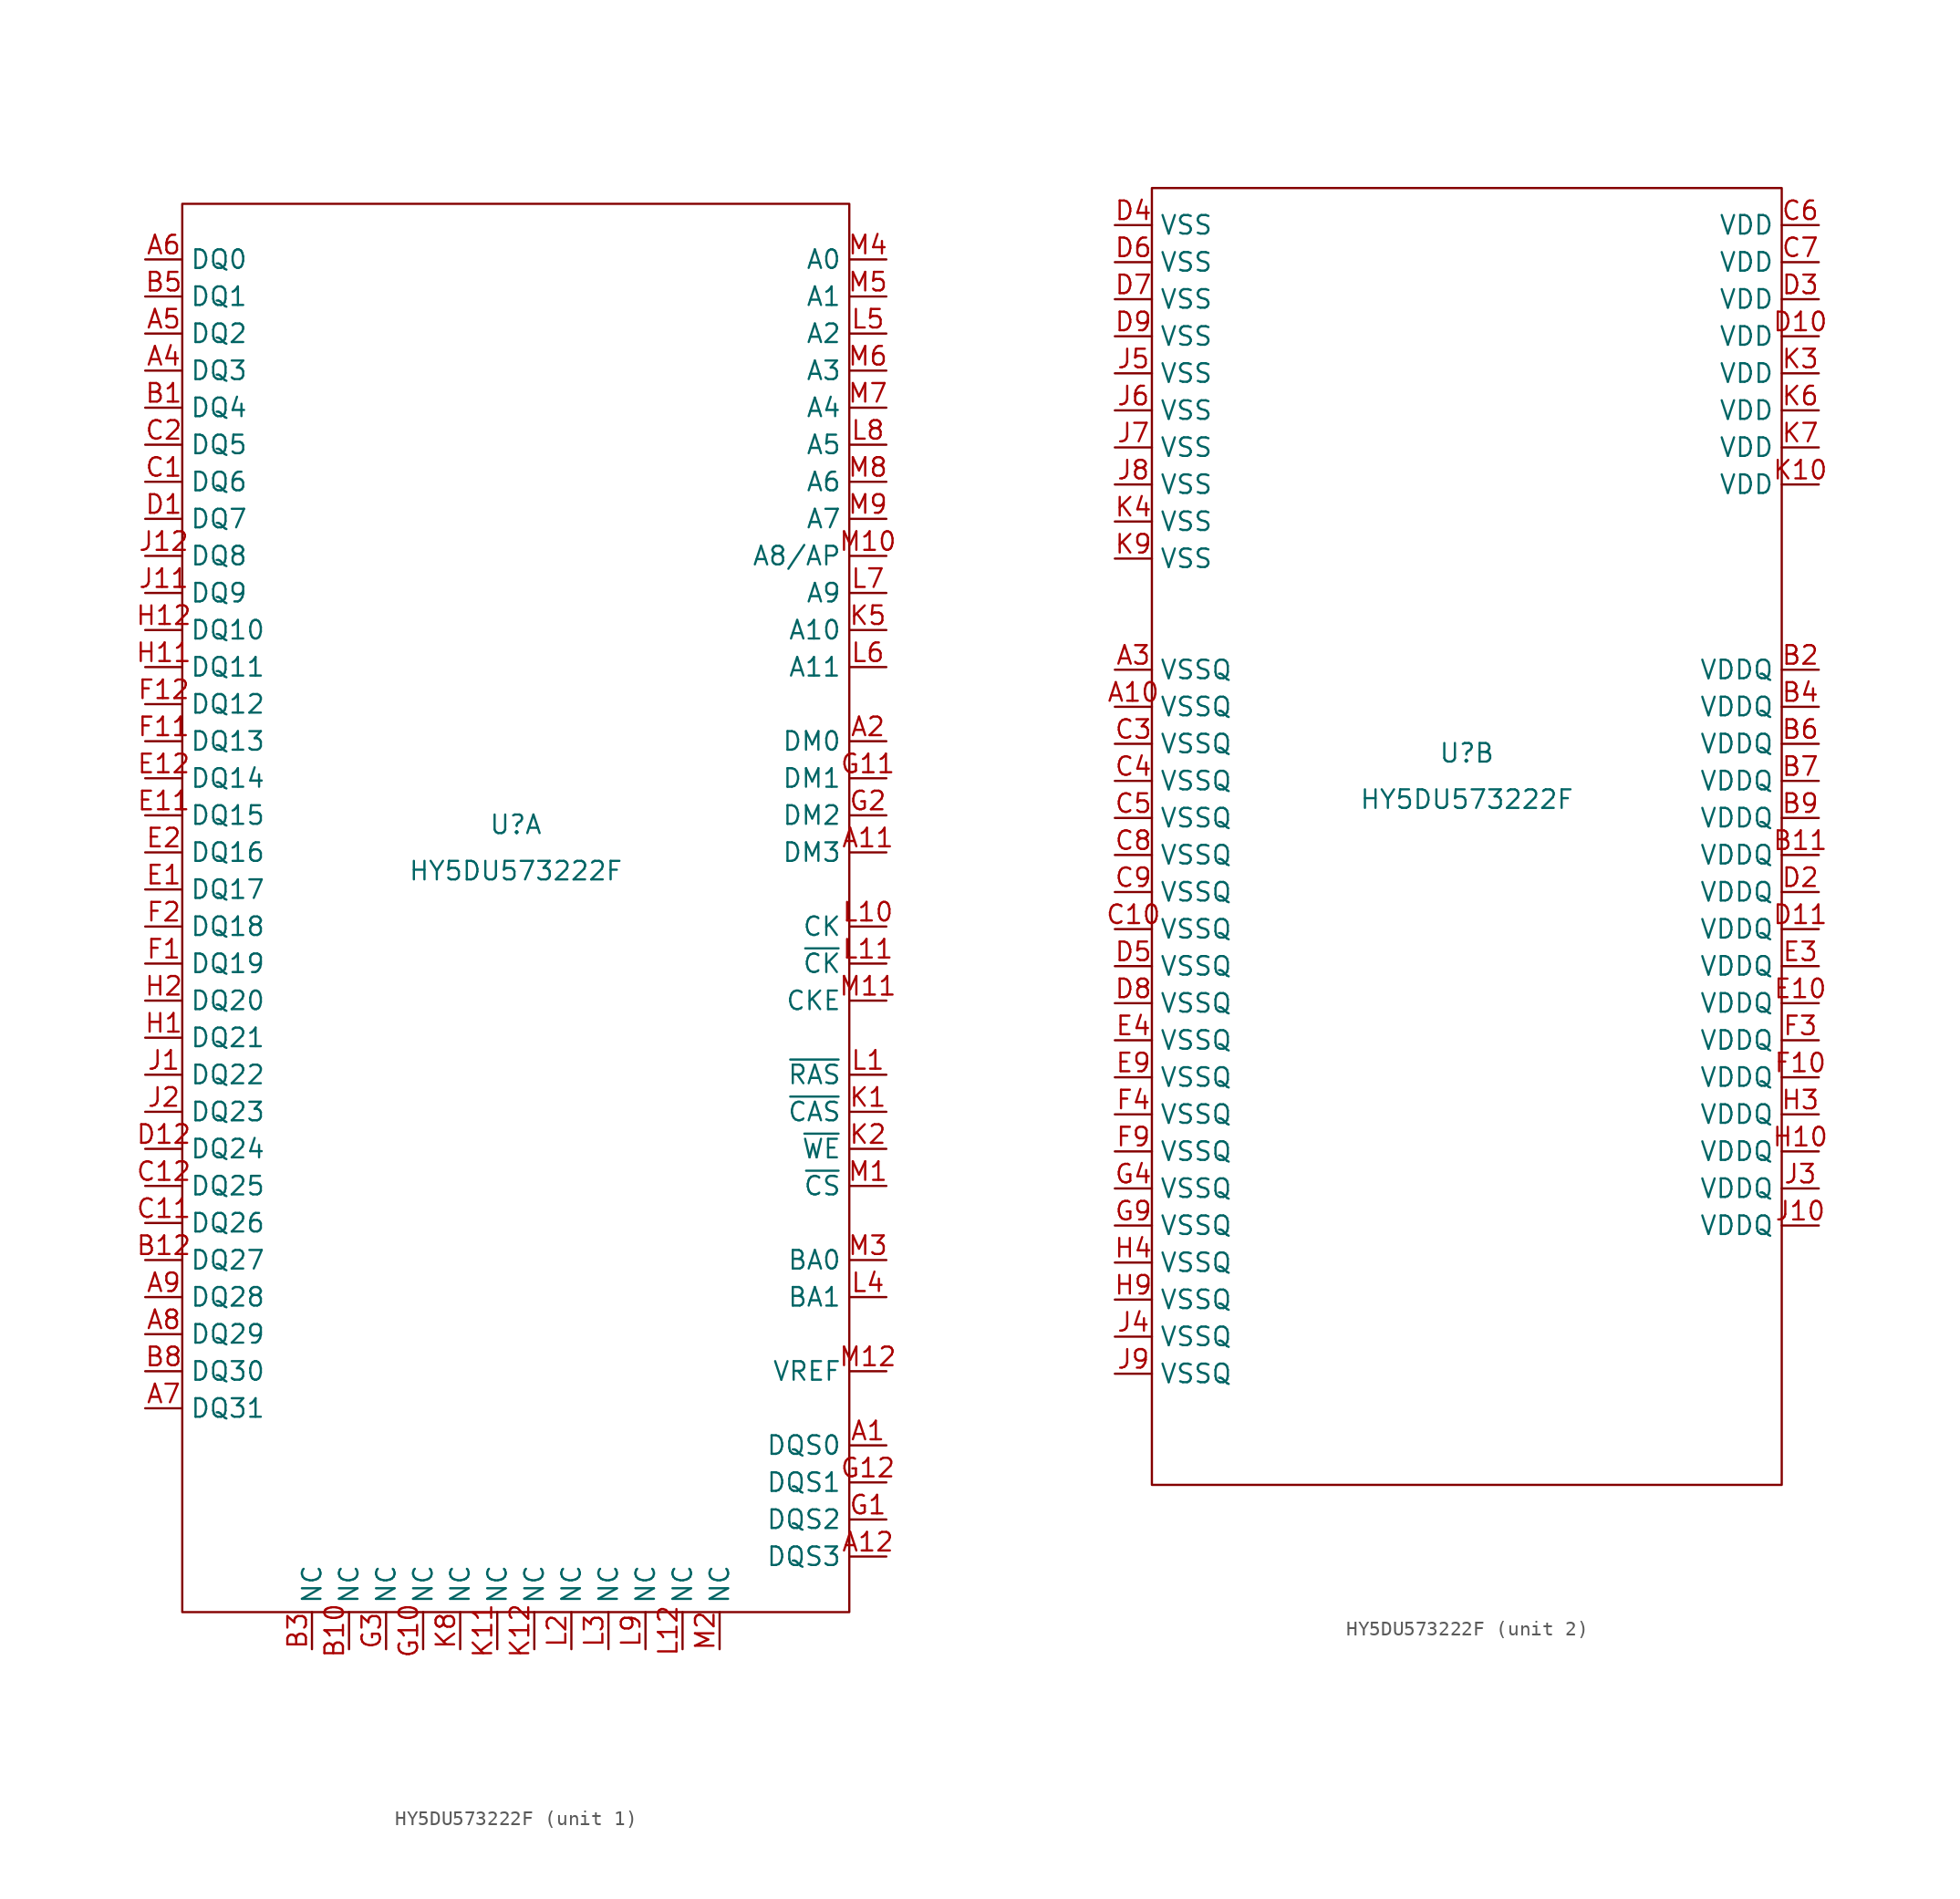
<source format=kicad_sym>
(kicad_symbol_lib
  (version 20211014)
  (generator kicad_symbol_editor)
  (symbol "HY5DU573222F"
    (property "Reference" "U"
      (at 0 3.175 0)
      (effects (font (size 1.27 1.27))))
    (property "Value" "HY5DU573222F"
      (at 0 0 0)
      (effects (font (size 1.27 1.27))))
    (property "ki_locked" ""
      (at 0 0 0)
      (effects (font (size 1.27 1.27))))
    (symbol "HY5DU573222F_1_1"
      (rectangle (start -22.86 45.72) (end 22.86 -50.8) (stroke (width 0) (type default) (color 0 0 0 0)) (fill (type none)))
      (pin bidirectional line (at 25.4 -39.37 180) (length 2.54) (name "DQS0" (effects (font (size 1.27 1.27)))) (number "A1" (effects (font (size 1.27 1.27)))))
      (pin input line (at 25.4 1.27 180) (length 2.54) (name "DM3" (effects (font (size 1.27 1.27)))) (number "A11" (effects (font (size 1.27 1.27)))))
      (pin bidirectional line (at 25.4 -46.99 180) (length 2.54) (name "DQS3" (effects (font (size 1.27 1.27)))) (number "A12" (effects (font (size 1.27 1.27)))))
      (pin input line (at 25.4 8.89 180) (length 2.54) (name "DM0" (effects (font (size 1.27 1.27)))) (number "A2" (effects (font (size 1.27 1.27)))))
      (pin bidirectional line (at -25.4 34.29 0) (length 2.54) (name "DQ3" (effects (font (size 1.27 1.27)))) (number "A4" (effects (font (size 1.27 1.27)))))
      (pin bidirectional line (at -25.4 36.83 0) (length 2.54) (name "DQ2" (effects (font (size 1.27 1.27)))) (number "A5" (effects (font (size 1.27 1.27)))))
      (pin bidirectional line (at -25.4 41.91 0) (length 2.54) (name "DQ0" (effects (font (size 1.27 1.27)))) (number "A6" (effects (font (size 1.27 1.27)))))
      (pin bidirectional line (at -25.4 -36.83 0) (length 2.54) (name "DQ31" (effects (font (size 1.27 1.27)))) (number "A7" (effects (font (size 1.27 1.27)))))
      (pin bidirectional line (at -25.4 -31.75 0) (length 2.54) (name "DQ29" (effects (font (size 1.27 1.27)))) (number "A8" (effects (font (size 1.27 1.27)))))
      (pin bidirectional line (at -25.4 -29.21 0) (length 2.54) (name "DQ28" (effects (font (size 1.27 1.27)))) (number "A9" (effects (font (size 1.27 1.27)))))
      (pin bidirectional line (at -25.4 31.75 0) (length 2.54) (name "DQ4" (effects (font (size 1.27 1.27)))) (number "B1" (effects (font (size 1.27 1.27)))))
      (pin input line (at -11.43 -53.34 90) (length 2.54) (name "NC" (effects (font (size 1.27 1.27)))) (number "B10" (effects (font (size 1.27 1.27)))))
      (pin bidirectional line (at -25.4 -26.67 0) (length 2.54) (name "DQ27" (effects (font (size 1.27 1.27)))) (number "B12" (effects (font (size 1.27 1.27)))))
      (pin input line (at -13.97 -53.34 90) (length 2.54) (name "NC" (effects (font (size 1.27 1.27)))) (number "B3" (effects (font (size 1.27 1.27)))))
      (pin bidirectional line (at -25.4 39.37 0) (length 2.54) (name "DQ1" (effects (font (size 1.27 1.27)))) (number "B5" (effects (font (size 1.27 1.27)))))
      (pin bidirectional line (at -25.4 -34.29 0) (length 2.54) (name "DQ30" (effects (font (size 1.27 1.27)))) (number "B8" (effects (font (size 1.27 1.27)))))
      (pin bidirectional line (at -25.4 26.67 0) (length 2.54) (name "DQ6" (effects (font (size 1.27 1.27)))) (number "C1" (effects (font (size 1.27 1.27)))))
      (pin bidirectional line (at -25.4 -24.13 0) (length 2.54) (name "DQ26" (effects (font (size 1.27 1.27)))) (number "C11" (effects (font (size 1.27 1.27)))))
      (pin bidirectional line (at -25.4 -21.59 0) (length 2.54) (name "DQ25" (effects (font (size 1.27 1.27)))) (number "C12" (effects (font (size 1.27 1.27)))))
      (pin bidirectional line (at -25.4 29.21 0) (length 2.54) (name "DQ5" (effects (font (size 1.27 1.27)))) (number "C2" (effects (font (size 1.27 1.27)))))
      (pin bidirectional line (at -25.4 24.13 0) (length 2.54) (name "DQ7" (effects (font (size 1.27 1.27)))) (number "D1" (effects (font (size 1.27 1.27)))))
      (pin bidirectional line (at -25.4 -19.05 0) (length 2.54) (name "DQ24" (effects (font (size 1.27 1.27)))) (number "D12" (effects (font (size 1.27 1.27)))))
      (pin bidirectional line (at -25.4 -1.27 0) (length 2.54) (name "DQ17" (effects (font (size 1.27 1.27)))) (number "E1" (effects (font (size 1.27 1.27)))))
      (pin bidirectional line (at -25.4 3.81 0) (length 2.54) (name "DQ15" (effects (font (size 1.27 1.27)))) (number "E11" (effects (font (size 1.27 1.27)))))
      (pin bidirectional line (at -25.4 6.35 0) (length 2.54) (name "DQ14" (effects (font (size 1.27 1.27)))) (number "E12" (effects (font (size 1.27 1.27)))))
      (pin bidirectional line (at -25.4 1.27 0) (length 2.54) (name "DQ16" (effects (font (size 1.27 1.27)))) (number "E2" (effects (font (size 1.27 1.27)))))
      (pin bidirectional line (at -25.4 -6.35 0) (length 2.54) (name "DQ19" (effects (font (size 1.27 1.27)))) (number "F1" (effects (font (size 1.27 1.27)))))
      (pin bidirectional line (at -25.4 8.89 0) (length 2.54) (name "DQ13" (effects (font (size 1.27 1.27)))) (number "F11" (effects (font (size 1.27 1.27)))))
      (pin bidirectional line (at -25.4 11.43 0) (length 2.54) (name "DQ12" (effects (font (size 1.27 1.27)))) (number "F12" (effects (font (size 1.27 1.27)))))
      (pin bidirectional line (at -25.4 -3.81 0) (length 2.54) (name "DQ18" (effects (font (size 1.27 1.27)))) (number "F2" (effects (font (size 1.27 1.27)))))
      (pin bidirectional line (at 25.4 -44.45 180) (length 2.54) (name "DQS2" (effects (font (size 1.27 1.27)))) (number "G1" (effects (font (size 1.27 1.27)))))
      (pin input line (at -6.35 -53.34 90) (length 2.54) (name "NC" (effects (font (size 1.27 1.27)))) (number "G10" (effects (font (size 1.27 1.27)))))
      (pin input line (at 25.4 6.35 180) (length 2.54) (name "DM1" (effects (font (size 1.27 1.27)))) (number "G11" (effects (font (size 1.27 1.27)))))
      (pin bidirectional line (at 25.4 -41.91 180) (length 2.54) (name "DQS1" (effects (font (size 1.27 1.27)))) (number "G12" (effects (font (size 1.27 1.27)))))
      (pin input line (at 25.4 3.81 180) (length 2.54) (name "DM2" (effects (font (size 1.27 1.27)))) (number "G2" (effects (font (size 1.27 1.27)))))
      (pin input line (at -8.89 -53.34 90) (length 2.54) (name "NC" (effects (font (size 1.27 1.27)))) (number "G3" (effects (font (size 1.27 1.27)))))
      (pin bidirectional line (at -25.4 -11.43 0) (length 2.54) (name "DQ21" (effects (font (size 1.27 1.27)))) (number "H1" (effects (font (size 1.27 1.27)))))
      (pin bidirectional line (at -25.4 13.97 0) (length 2.54) (name "DQ11" (effects (font (size 1.27 1.27)))) (number "H11" (effects (font (size 1.27 1.27)))))
      (pin bidirectional line (at -25.4 16.51 0) (length 2.54) (name "DQ10" (effects (font (size 1.27 1.27)))) (number "H12" (effects (font (size 1.27 1.27)))))
      (pin bidirectional line (at -25.4 -8.89 0) (length 2.54) (name "DQ20" (effects (font (size 1.27 1.27)))) (number "H2" (effects (font (size 1.27 1.27)))))
      (pin bidirectional line (at -25.4 -13.97 0) (length 2.54) (name "DQ22" (effects (font (size 1.27 1.27)))) (number "J1" (effects (font (size 1.27 1.27)))))
      (pin bidirectional line (at -25.4 19.05 0) (length 2.54) (name "DQ9" (effects (font (size 1.27 1.27)))) (number "J11" (effects (font (size 1.27 1.27)))))
      (pin bidirectional line (at -25.4 21.59 0) (length 2.54) (name "DQ8" (effects (font (size 1.27 1.27)))) (number "J12" (effects (font (size 1.27 1.27)))))
      (pin bidirectional line (at -25.4 -16.51 0) (length 2.54) (name "DQ23" (effects (font (size 1.27 1.27)))) (number "J2" (effects (font (size 1.27 1.27)))))
      (pin input line (at 25.4 -16.51 180) (length 2.54) (name "~{CAS}" (effects (font (size 1.27 1.27)))) (number "K1" (effects (font (size 1.27 1.27)))))
      (pin input line (at -1.27 -53.34 90) (length 2.54) (name "NC" (effects (font (size 1.27 1.27)))) (number "K11" (effects (font (size 1.27 1.27)))))
      (pin input line (at 1.27 -53.34 90) (length 2.54) (name "NC" (effects (font (size 1.27 1.27)))) (number "K12" (effects (font (size 1.27 1.27)))))
      (pin input line (at 25.4 -19.05 180) (length 2.54) (name "~{WE}" (effects (font (size 1.27 1.27)))) (number "K2" (effects (font (size 1.27 1.27)))))
      (pin input line (at 25.4 16.51 180) (length 2.54) (name "A10" (effects (font (size 1.27 1.27)))) (number "K5" (effects (font (size 1.27 1.27)))))
      (pin input line (at -3.81 -53.34 90) (length 2.54) (name "NC" (effects (font (size 1.27 1.27)))) (number "K8" (effects (font (size 1.27 1.27)))))
      (pin input line (at 25.4 -13.97 180) (length 2.54) (name "~{RAS}" (effects (font (size 1.27 1.27)))) (number "L1" (effects (font (size 1.27 1.27)))))
      (pin input line (at 25.4 -3.81 180) (length 2.54) (name "CK" (effects (font (size 1.27 1.27)))) (number "L10" (effects (font (size 1.27 1.27)))))
      (pin input line (at 25.4 -6.35 180) (length 2.54) (name "~{CK}" (effects (font (size 1.27 1.27)))) (number "L11" (effects (font (size 1.27 1.27)))))
      (pin input line (at 11.43 -53.34 90) (length 2.54) (name "NC" (effects (font (size 1.27 1.27)))) (number "L12" (effects (font (size 1.27 1.27)))))
      (pin input line (at 3.81 -53.34 90) (length 2.54) (name "NC" (effects (font (size 1.27 1.27)))) (number "L2" (effects (font (size 1.27 1.27)))))
      (pin input line (at 6.35 -53.34 90) (length 2.54) (name "NC" (effects (font (size 1.27 1.27)))) (number "L3" (effects (font (size 1.27 1.27)))))
      (pin input line (at 25.4 -29.21 180) (length 2.54) (name "BA1" (effects (font (size 1.27 1.27)))) (number "L4" (effects (font (size 1.27 1.27)))))
      (pin input line (at 25.4 36.83 180) (length 2.54) (name "A2" (effects (font (size 1.27 1.27)))) (number "L5" (effects (font (size 1.27 1.27)))))
      (pin input line (at 25.4 13.97 180) (length 2.54) (name "A11" (effects (font (size 1.27 1.27)))) (number "L6" (effects (font (size 1.27 1.27)))))
      (pin input line (at 25.4 19.05 180) (length 2.54) (name "A9" (effects (font (size 1.27 1.27)))) (number "L7" (effects (font (size 1.27 1.27)))))
      (pin input line (at 25.4 29.21 180) (length 2.54) (name "A5" (effects (font (size 1.27 1.27)))) (number "L8" (effects (font (size 1.27 1.27)))))
      (pin input line (at 8.89 -53.34 90) (length 2.54) (name "NC" (effects (font (size 1.27 1.27)))) (number "L9" (effects (font (size 1.27 1.27)))))
      (pin input line (at 25.4 -21.59 180) (length 2.54) (name "~{CS}" (effects (font (size 1.27 1.27)))) (number "M1" (effects (font (size 1.27 1.27)))))
      (pin input line (at 25.4 21.59 180) (length 2.54) (name "A8/AP" (effects (font (size 1.27 1.27)))) (number "M10" (effects (font (size 1.27 1.27)))))
      (pin input line (at 25.4 -8.89 180) (length 2.54) (name "CKE" (effects (font (size 1.27 1.27)))) (number "M11" (effects (font (size 1.27 1.27)))))
      (pin input line (at 25.4 -34.29 180) (length 2.54) (name "VREF" (effects (font (size 1.27 1.27)))) (number "M12" (effects (font (size 1.27 1.27)))))
      (pin input line (at 13.97 -53.34 90) (length 2.54) (name "NC" (effects (font (size 1.27 1.27)))) (number "M2" (effects (font (size 1.27 1.27)))))
      (pin input line (at 25.4 -26.67 180) (length 2.54) (name "BA0" (effects (font (size 1.27 1.27)))) (number "M3" (effects (font (size 1.27 1.27)))))
      (pin input line (at 25.4 41.91 180) (length 2.54) (name "A0" (effects (font (size 1.27 1.27)))) (number "M4" (effects (font (size 1.27 1.27)))))
      (pin input line (at 25.4 39.37 180) (length 2.54) (name "A1" (effects (font (size 1.27 1.27)))) (number "M5" (effects (font (size 1.27 1.27)))))
      (pin input line (at 25.4 34.29 180) (length 2.54) (name "A3" (effects (font (size 1.27 1.27)))) (number "M6" (effects (font (size 1.27 1.27)))))
      (pin input line (at 25.4 31.75 180) (length 2.54) (name "A4" (effects (font (size 1.27 1.27)))) (number "M7" (effects (font (size 1.27 1.27)))))
      (pin input line (at 25.4 26.67 180) (length 2.54) (name "A6" (effects (font (size 1.27 1.27)))) (number "M8" (effects (font (size 1.27 1.27)))))
      (pin input line (at 25.4 24.13 180) (length 2.54) (name "A7" (effects (font (size 1.27 1.27)))) (number "M9" (effects (font (size 1.27 1.27))))))
    (symbol "HY5DU573222F_2_1"
      (rectangle (start -21.59 41.91) (end 21.59 -46.99) (stroke (width 0) (type default) (color 0 0 0 0)) (fill (type none)))
      (pin power_in line (at -24.13 6.35 0) (length 2.54) (name "VSSQ" (effects (font (size 1.27 1.27)))) (number "A10" (effects (font (size 1.27 1.27)))))
      (pin power_in line (at -24.13 8.89 0) (length 2.54) (name "VSSQ" (effects (font (size 1.27 1.27)))) (number "A3" (effects (font (size 1.27 1.27)))))
      (pin power_in line (at 24.13 -3.81 180) (length 2.54) (name "VDDQ" (effects (font (size 1.27 1.27)))) (number "B11" (effects (font (size 1.27 1.27)))))
      (pin power_in line (at 24.13 8.89 180) (length 2.54) (name "VDDQ" (effects (font (size 1.27 1.27)))) (number "B2" (effects (font (size 1.27 1.27)))))
      (pin power_in line (at 24.13 6.35 180) (length 2.54) (name "VDDQ" (effects (font (size 1.27 1.27)))) (number "B4" (effects (font (size 1.27 1.27)))))
      (pin power_in line (at 24.13 3.81 180) (length 2.54) (name "VDDQ" (effects (font (size 1.27 1.27)))) (number "B6" (effects (font (size 1.27 1.27)))))
      (pin power_in line (at 24.13 1.27 180) (length 2.54) (name "VDDQ" (effects (font (size 1.27 1.27)))) (number "B7" (effects (font (size 1.27 1.27)))))
      (pin power_in line (at 24.13 -1.27 180) (length 2.54) (name "VDDQ" (effects (font (size 1.27 1.27)))) (number "B9" (effects (font (size 1.27 1.27)))))
      (pin power_in line (at -24.13 -8.89 0) (length 2.54) (name "VSSQ" (effects (font (size 1.27 1.27)))) (number "C10" (effects (font (size 1.27 1.27)))))
      (pin power_in line (at -24.13 3.81 0) (length 2.54) (name "VSSQ" (effects (font (size 1.27 1.27)))) (number "C3" (effects (font (size 1.27 1.27)))))
      (pin power_in line (at -24.13 1.27 0) (length 2.54) (name "VSSQ" (effects (font (size 1.27 1.27)))) (number "C4" (effects (font (size 1.27 1.27)))))
      (pin power_in line (at -24.13 -1.27 0) (length 2.54) (name "VSSQ" (effects (font (size 1.27 1.27)))) (number "C5" (effects (font (size 1.27 1.27)))))
      (pin power_in line (at 24.13 39.37 180) (length 2.54) (name "VDD" (effects (font (size 1.27 1.27)))) (number "C6" (effects (font (size 1.27 1.27)))))
      (pin power_in line (at 24.13 36.83 180) (length 2.54) (name "VDD" (effects (font (size 1.27 1.27)))) (number "C7" (effects (font (size 1.27 1.27)))))
      (pin power_in line (at -24.13 -3.81 0) (length 2.54) (name "VSSQ" (effects (font (size 1.27 1.27)))) (number "C8" (effects (font (size 1.27 1.27)))))
      (pin power_in line (at -24.13 -6.35 0) (length 2.54) (name "VSSQ" (effects (font (size 1.27 1.27)))) (number "C9" (effects (font (size 1.27 1.27)))))
      (pin power_in line (at 24.13 31.75 180) (length 2.54) (name "VDD" (effects (font (size 1.27 1.27)))) (number "D10" (effects (font (size 1.27 1.27)))))
      (pin power_in line (at 24.13 -8.89 180) (length 2.54) (name "VDDQ" (effects (font (size 1.27 1.27)))) (number "D11" (effects (font (size 1.27 1.27)))))
      (pin power_in line (at 24.13 -6.35 180) (length 2.54) (name "VDDQ" (effects (font (size 1.27 1.27)))) (number "D2" (effects (font (size 1.27 1.27)))))
      (pin power_in line (at 24.13 34.29 180) (length 2.54) (name "VDD" (effects (font (size 1.27 1.27)))) (number "D3" (effects (font (size 1.27 1.27)))))
      (pin power_in line (at -24.13 39.37 0) (length 2.54) (name "VSS" (effects (font (size 1.27 1.27)))) (number "D4" (effects (font (size 1.27 1.27)))))
      (pin power_in line (at -24.13 -11.43 0) (length 2.54) (name "VSSQ" (effects (font (size 1.27 1.27)))) (number "D5" (effects (font (size 1.27 1.27)))))
      (pin power_in line (at -24.13 36.83 0) (length 2.54) (name "VSS" (effects (font (size 1.27 1.27)))) (number "D6" (effects (font (size 1.27 1.27)))))
      (pin power_in line (at -24.13 34.29 0) (length 2.54) (name "VSS" (effects (font (size 1.27 1.27)))) (number "D7" (effects (font (size 1.27 1.27)))))
      (pin power_in line (at -24.13 -13.97 0) (length 2.54) (name "VSSQ" (effects (font (size 1.27 1.27)))) (number "D8" (effects (font (size 1.27 1.27)))))
      (pin power_in line (at -24.13 31.75 0) (length 2.54) (name "VSS" (effects (font (size 1.27 1.27)))) (number "D9" (effects (font (size 1.27 1.27)))))
      (pin power_in line (at 24.13 -13.97 180) (length 2.54) (name "VDDQ" (effects (font (size 1.27 1.27)))) (number "E10" (effects (font (size 1.27 1.27)))))
      (pin power_in line (at 24.13 -11.43 180) (length 2.54) (name "VDDQ" (effects (font (size 1.27 1.27)))) (number "E3" (effects (font (size 1.27 1.27)))))
      (pin power_in line (at -24.13 -16.51 0) (length 2.54) (name "VSSQ" (effects (font (size 1.27 1.27)))) (number "E4" (effects (font (size 1.27 1.27)))))
      (pin power_in line (at -24.13 -19.05 0) (length 2.54) (name "VSSQ" (effects (font (size 1.27 1.27)))) (number "E9" (effects (font (size 1.27 1.27)))))
      (pin power_in line (at 24.13 -19.05 180) (length 2.54) (name "VDDQ" (effects (font (size 1.27 1.27)))) (number "F10" (effects (font (size 1.27 1.27)))))
      (pin power_in line (at 24.13 -16.51 180) (length 2.54) (name "VDDQ" (effects (font (size 1.27 1.27)))) (number "F3" (effects (font (size 1.27 1.27)))))
      (pin power_in line (at -24.13 -21.59 0) (length 2.54) (name "VSSQ" (effects (font (size 1.27 1.27)))) (number "F4" (effects (font (size 1.27 1.27)))))
      (pin power_in line (at -24.13 -24.13 0) (length 2.54) (name "VSSQ" (effects (font (size 1.27 1.27)))) (number "F9" (effects (font (size 1.27 1.27)))))
      (pin power_in line (at -24.13 -26.67 0) (length 2.54) (name "VSSQ" (effects (font (size 1.27 1.27)))) (number "G4" (effects (font (size 1.27 1.27)))))
      (pin power_in line (at -24.13 -29.21 0) (length 2.54) (name "VSSQ" (effects (font (size 1.27 1.27)))) (number "G9" (effects (font (size 1.27 1.27)))))
      (pin power_in line (at 24.13 -24.13 180) (length 2.54) (name "VDDQ" (effects (font (size 1.27 1.27)))) (number "H10" (effects (font (size 1.27 1.27)))))
      (pin power_in line (at 24.13 -21.59 180) (length 2.54) (name "VDDQ" (effects (font (size 1.27 1.27)))) (number "H3" (effects (font (size 1.27 1.27)))))
      (pin power_in line (at -24.13 -31.75 0) (length 2.54) (name "VSSQ" (effects (font (size 1.27 1.27)))) (number "H4" (effects (font (size 1.27 1.27)))))
      (pin power_in line (at -24.13 -34.29 0) (length 2.54) (name "VSSQ" (effects (font (size 1.27 1.27)))) (number "H9" (effects (font (size 1.27 1.27)))))
      (pin power_in line (at 24.13 -29.21 180) (length 2.54) (name "VDDQ" (effects (font (size 1.27 1.27)))) (number "J10" (effects (font (size 1.27 1.27)))))
      (pin power_in line (at 24.13 -26.67 180) (length 2.54) (name "VDDQ" (effects (font (size 1.27 1.27)))) (number "J3" (effects (font (size 1.27 1.27)))))
      (pin power_in line (at -24.13 -36.83 0) (length 2.54) (name "VSSQ" (effects (font (size 1.27 1.27)))) (number "J4" (effects (font (size 1.27 1.27)))))
      (pin power_in line (at -24.13 29.21 0) (length 2.54) (name "VSS" (effects (font (size 1.27 1.27)))) (number "J5" (effects (font (size 1.27 1.27)))))
      (pin power_in line (at -24.13 26.67 0) (length 2.54) (name "VSS" (effects (font (size 1.27 1.27)))) (number "J6" (effects (font (size 1.27 1.27)))))
      (pin power_in line (at -24.13 24.13 0) (length 2.54) (name "VSS" (effects (font (size 1.27 1.27)))) (number "J7" (effects (font (size 1.27 1.27)))))
      (pin power_in line (at -24.13 21.59 0) (length 2.54) (name "VSS" (effects (font (size 1.27 1.27)))) (number "J8" (effects (font (size 1.27 1.27)))))
      (pin power_in line (at -24.13 -39.37 0) (length 2.54) (name "VSSQ" (effects (font (size 1.27 1.27)))) (number "J9" (effects (font (size 1.27 1.27)))))
      (pin power_in line (at 24.13 21.59 180) (length 2.54) (name "VDD" (effects (font (size 1.27 1.27)))) (number "K10" (effects (font (size 1.27 1.27)))))
      (pin power_in line (at 24.13 29.21 180) (length 2.54) (name "VDD" (effects (font (size 1.27 1.27)))) (number "K3" (effects (font (size 1.27 1.27)))))
      (pin power_in line (at -24.13 19.05 0) (length 2.54) (name "VSS" (effects (font (size 1.27 1.27)))) (number "K4" (effects (font (size 1.27 1.27)))))
      (pin power_in line (at 24.13 26.67 180) (length 2.54) (name "VDD" (effects (font (size 1.27 1.27)))) (number "K6" (effects (font (size 1.27 1.27)))))
      (pin power_in line (at 24.13 24.13 180) (length 2.54) (name "VDD" (effects (font (size 1.27 1.27)))) (number "K7" (effects (font (size 1.27 1.27)))))
      (pin power_in line (at -24.13 16.51 0) (length 2.54) (name "VSS" (effects (font (size 1.27 1.27)))) (number "K9" (effects (font (size 1.27 1.27))))))))
</source>
